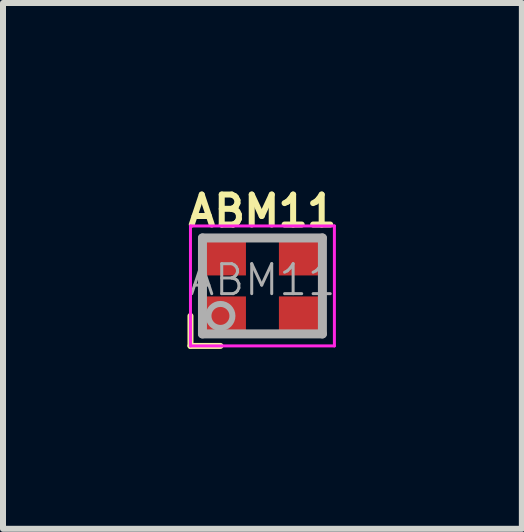
<source format=kicad_pcb>
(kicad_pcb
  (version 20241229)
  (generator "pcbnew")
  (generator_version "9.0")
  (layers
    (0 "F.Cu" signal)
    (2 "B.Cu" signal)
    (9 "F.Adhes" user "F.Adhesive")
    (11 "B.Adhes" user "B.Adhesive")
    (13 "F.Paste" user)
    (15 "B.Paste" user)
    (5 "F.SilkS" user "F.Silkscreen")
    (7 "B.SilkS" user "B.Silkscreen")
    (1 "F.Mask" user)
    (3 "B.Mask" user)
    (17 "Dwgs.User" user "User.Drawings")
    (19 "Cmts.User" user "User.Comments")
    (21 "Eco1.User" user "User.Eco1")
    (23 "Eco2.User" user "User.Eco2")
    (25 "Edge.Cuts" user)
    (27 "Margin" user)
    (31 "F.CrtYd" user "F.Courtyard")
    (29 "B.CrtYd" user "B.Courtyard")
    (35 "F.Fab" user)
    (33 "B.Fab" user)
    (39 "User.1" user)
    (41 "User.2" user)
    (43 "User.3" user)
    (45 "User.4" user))
  (footprint "ABM11"
    (layer "F.Cu")
    (at 1.326 1.718)
    (property "Reference" "ABM11" (at 0 -1.25 0) (layer "F.SilkS") (effects (font (size 0.5 0.5) (thickness 0.1))))
    (attr smd)
    (fp_line (start -1.2 0.5) (end -1.2 1) (stroke (width 0.1) (type solid)) (layer "F.SilkS"))
    (fp_line (start -1.2 1) (end -0.7 1) (stroke (width 0.1) (type solid)) (layer "F.SilkS"))
    (fp_line (start -1.2 -1) (end 1.2 -1) (stroke (width 0.05) (type solid)) (layer "F.CrtYd"))
    (fp_line (start -1.2 1) (end -1.2 -1) (stroke (width 0.05) (type solid)) (layer "F.CrtYd"))
    (fp_line (start 1.2 -1) (end 1.2 1) (stroke (width 0.05) (type solid)) (layer "F.CrtYd"))
    (fp_line (start 1.2 1) (end -1.2 1) (stroke (width 0.05) (type solid)) (layer "F.CrtYd"))
    (fp_line (start -1 -0.8) (end 1 -0.8) (stroke (width 0.15) (type solid)) (layer "F.Fab"))
    (fp_line (start -1 0.8) (end -1 -0.8) (stroke (width 0.15) (type solid)) (layer "F.Fab"))
    (fp_line (start 1 -0.8) (end 1 0.8) (stroke (width 0.15) (type solid)) (layer "F.Fab"))
    (fp_line (start 1 0.8) (end -1 0.8) (stroke (width 0.15) (type solid)) (layer "F.Fab"))
    (fp_circle (center -0.7 0.5) (end -0.5 0.5) (stroke (width 0.1) (type solid)) (fill no) (layer "F.Fab"))
    (fp_text user "${REFERENCE}" (at 0 -0.1 0) (layer "F.Fab") (effects (font (size 0.5 0.5) (thickness 0.05))))
    (pad "1" smd rect (at -0.65 0.5) (size 0.75 0.65) (layers "F.Cu" "F.Mask" "F.Paste"))
    (pad "2" smd rect (at 0.65 0.5) (size 0.75 0.65) (layers "F.Cu" "F.Mask" "F.Paste"))
    (pad "3" smd rect (at 0.65 -0.5) (size 0.75 0.65) (layers "F.Cu" "F.Mask" "F.Paste"))
    (pad "4" smd rect (at -0.65 -0.5) (size 0.75 0.65) (layers "F.Cu" "F.Mask" "F.Paste")))
  (gr_rect
    (start -3 -3)
    (end 5.652 5.768)
    (stroke (width 0.1) (type default))
    (fill no)
    (layer "Edge.Cuts")))
</source>
